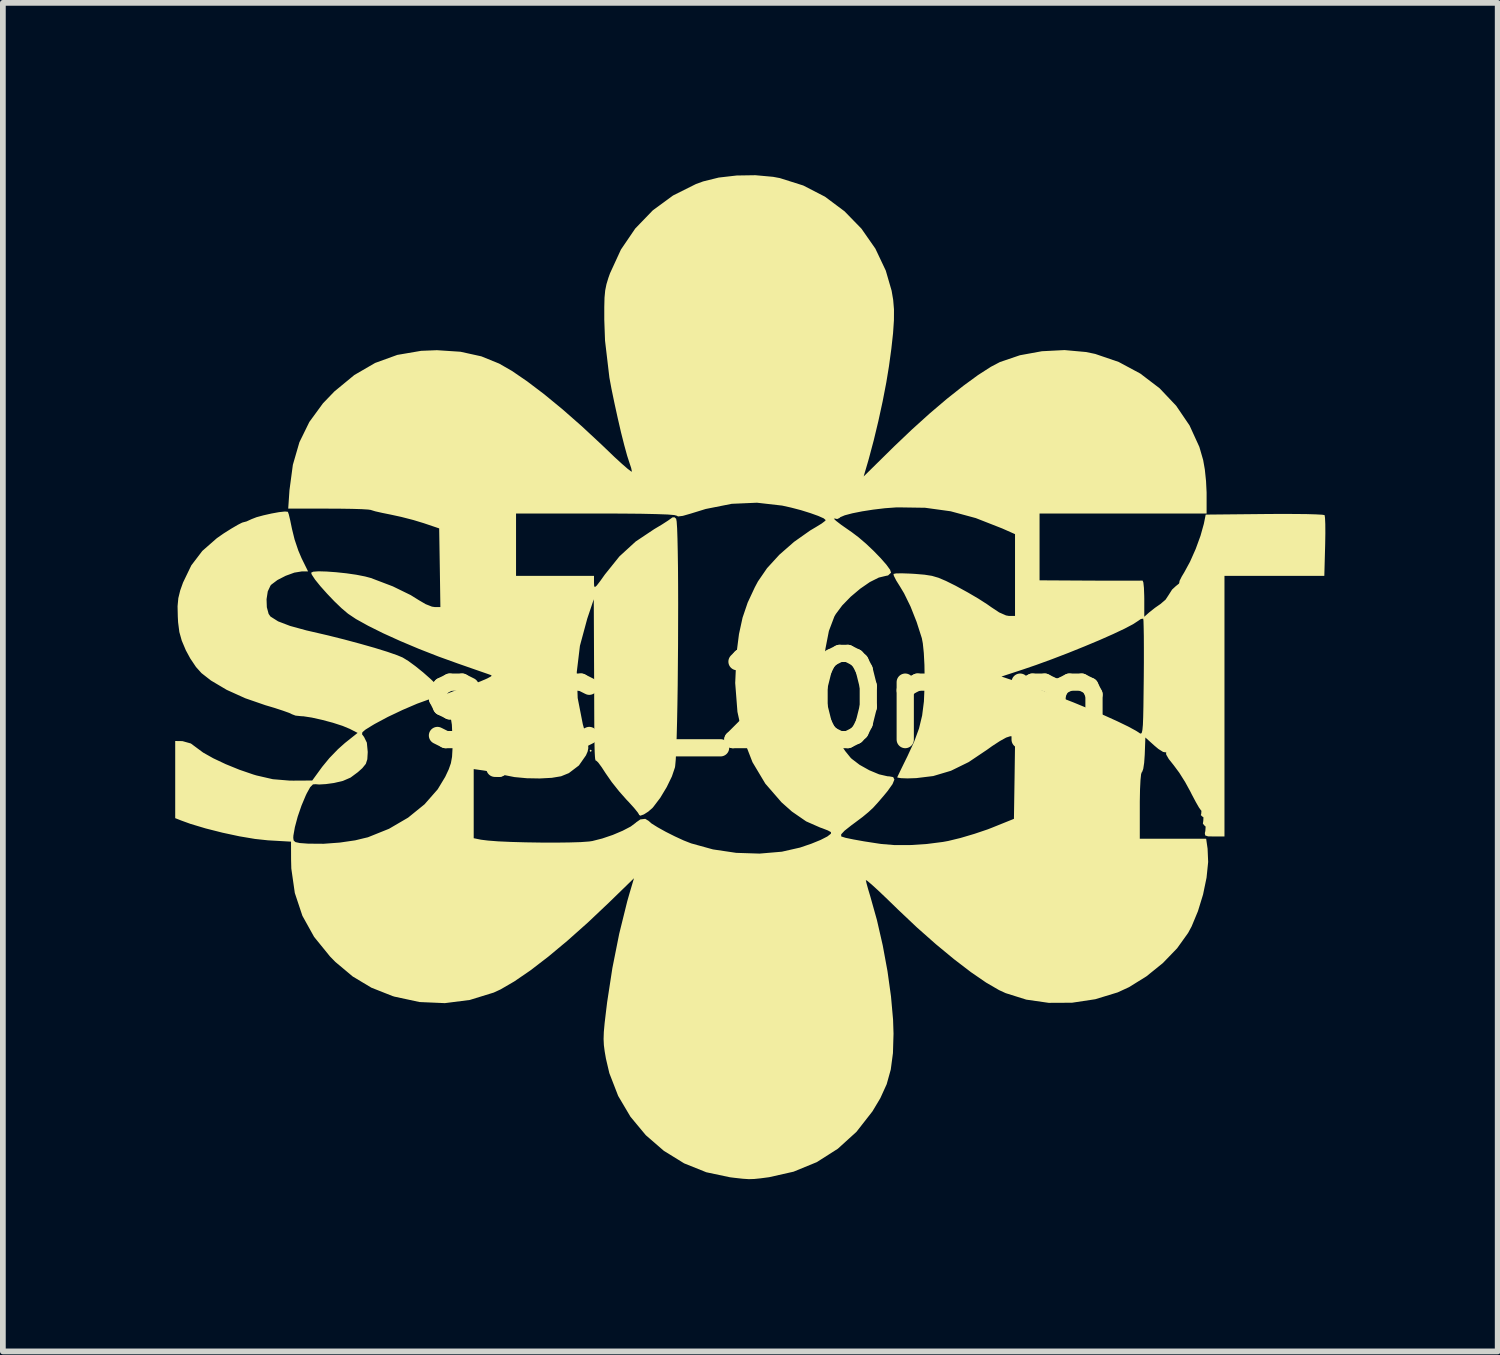
<source format=kicad_pcb>
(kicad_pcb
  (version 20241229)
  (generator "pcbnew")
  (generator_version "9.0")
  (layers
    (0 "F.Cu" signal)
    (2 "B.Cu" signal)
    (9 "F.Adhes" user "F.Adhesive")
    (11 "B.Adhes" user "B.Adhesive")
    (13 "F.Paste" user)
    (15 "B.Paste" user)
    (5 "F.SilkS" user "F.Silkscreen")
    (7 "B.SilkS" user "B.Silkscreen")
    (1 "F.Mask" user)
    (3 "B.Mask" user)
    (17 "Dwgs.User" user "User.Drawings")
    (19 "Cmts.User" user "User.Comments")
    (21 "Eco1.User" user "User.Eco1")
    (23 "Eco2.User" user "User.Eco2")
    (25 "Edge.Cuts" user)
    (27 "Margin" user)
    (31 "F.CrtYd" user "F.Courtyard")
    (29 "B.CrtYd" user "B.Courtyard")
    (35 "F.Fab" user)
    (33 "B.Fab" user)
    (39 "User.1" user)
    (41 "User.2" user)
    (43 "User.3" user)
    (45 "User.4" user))
  (footprint "sjct_20mm"
    (layer "F.Cu")
    (at 10.315 9.146)
    (property "Reference" "sjct_20mm" (at 0 0 0) (layer "F.SilkS") (effects (font (size 1.5 1.5) (thickness 0.3))))
    (attr board_only exclude_from_pos_files exclude_from_bom)
    (fp_poly (pts (xy -3.064 0.873) (xy -3.083 0.892) (xy -3.102 0.873) (xy -3.083 0.853)) (stroke (width 0) (type solid)) (fill yes) (layer "F.SilkS"))
    (fp_poly (pts (xy 0.092 -9.118) (xy 0.21 -9.096) (xy 0.618 -8.967) (xy 0.996 -8.772) (xy 1.336 -8.518) (xy 1.631 -8.215) (xy 1.873 -7.868) (xy 2.054 -7.486) (xy 2.156 -7.135) (xy 2.183 -6.976) (xy 2.197 -6.809) (xy 2.196 -6.621) (xy 2.181 -6.397) (xy 2.151 -6.124) (xy 2.109 -5.817) (xy 2.063 -5.537) (xy 2 -5.211) (xy 1.925 -4.866) (xy 1.844 -4.529) (xy 1.764 -4.229) (xy 1.748 -4.171) (xy 1.669 -3.902) (xy 2.201 -4.426) (xy 2.51 -4.72) (xy 2.819 -4.999) (xy 3.119 -5.254) (xy 3.403 -5.479) (xy 3.66 -5.667) (xy 3.882 -5.81) (xy 4.042 -5.894) (xy 4.389 -6.012) (xy 4.772 -6.082) (xy 5.165 -6.102) (xy 5.542 -6.068) (xy 5.7 -6.035) (xy 6.109 -5.895) (xy 6.485 -5.693) (xy 6.821 -5.437) (xy 7.109 -5.133) (xy 7.342 -4.79) (xy 7.513 -4.416) (xy 7.579 -4.188) (xy 7.608 -4.024) (xy 7.629 -3.822) (xy 7.639 -3.622) (xy 7.639 -3.597) (xy 7.639 -3.257) (xy 6.185 -3.257) (xy 4.731 -3.257) (xy 4.731 -2.676) (xy 4.731 -2.094) (xy 5.613 -2.089) (xy 5.868 -2.088) (xy 6.096 -2.088) (xy 6.286 -2.088) (xy 6.428 -2.088) (xy 6.51 -2.089) (xy 6.525 -2.089) (xy 6.538 -2.056) (xy 6.548 -1.963) (xy 6.553 -1.827) (xy 6.554 -1.777) (xy 6.554 -1.46) (xy 6.641 -1.537) (xy 6.741 -1.616) (xy 6.836 -1.682) (xy 6.924 -1.757) (xy 6.979 -1.84) (xy 7.038 -1.933) (xy 7.103 -1.993) (xy 7.158 -2.037) (xy 7.164 -2.055) (xy 7.168 -2.084) (xy 7.206 -2.16) (xy 7.251 -2.235) (xy 7.35 -2.417) (xy 7.449 -2.64) (xy 7.533 -2.87) (xy 7.59 -3.074) (xy 7.592 -3.083) (xy 7.623 -3.238) (xy 8.647 -3.248) (xy 8.921 -3.25) (xy 9.169 -3.249) (xy 9.381 -3.247) (xy 9.545 -3.242) (xy 9.653 -3.236) (xy 9.693 -3.229) (xy 9.7 -3.181) (xy 9.705 -3.071) (xy 9.706 -2.914) (xy 9.703 -2.726) (xy 9.702 -2.685) (xy 9.688 -2.172) (xy 8.819 -2.172) (xy 7.95 -2.172) (xy 7.95 0.097) (xy 7.95 2.365) (xy 7.771 2.365) (xy 7.663 2.363) (xy 7.615 2.347) (xy 7.608 2.307) (xy 7.617 2.269) (xy 7.622 2.193) (xy 7.599 2.172) (xy 7.574 2.141) (xy 7.581 2.094) (xy 7.584 2.031) (xy 7.562 2.016) (xy 7.538 1.992) (xy 7.545 1.973) (xy 7.549 1.918) (xy 7.538 1.906) (xy 7.506 1.861) (xy 7.451 1.765) (xy 7.382 1.635) (xy 7.356 1.583) (xy 7.265 1.417) (xy 7.163 1.255) (xy 7.068 1.127) (xy 7.057 1.113) (xy 6.98 1.016) (xy 6.936 0.94) (xy 6.933 0.907) (xy 6.938 0.892) (xy 6.926 0.901) (xy 6.881 0.893) (xy 6.8 0.842) (xy 6.732 0.785) (xy 6.573 0.642) (xy 6.562 0.941) (xy 6.552 1.083) (xy 6.536 1.188) (xy 6.518 1.239) (xy 6.513 1.241) (xy 6.499 1.278) (xy 6.488 1.383) (xy 6.48 1.545) (xy 6.476 1.756) (xy 6.476 1.823) (xy 6.476 2.404) (xy 7.053 2.404) (xy 7.631 2.404) (xy 7.656 2.577) (xy 7.666 2.809) (xy 7.638 3.082) (xy 7.577 3.376) (xy 7.488 3.666) (xy 7.378 3.931) (xy 7.317 4.044) (xy 7.126 4.311) (xy 6.877 4.569) (xy 6.591 4.8) (xy 6.288 4.988) (xy 6.091 5.079) (xy 5.701 5.198) (xy 5.296 5.259) (xy 4.89 5.261) (xy 4.5 5.205) (xy 4.141 5.092) (xy 4.026 5.039) (xy 3.802 4.909) (xy 3.537 4.727) (xy 3.242 4.501) (xy 2.925 4.239) (xy 2.596 3.948) (xy 2.266 3.636) (xy 2.22 3.591) (xy 2.059 3.435) (xy 1.919 3.302) (xy 1.808 3.201) (xy 1.734 3.139) (xy 1.707 3.123) (xy 1.707 3.124) (xy 1.718 3.177) (xy 1.747 3.282) (xy 1.785 3.409) (xy 1.9 3.819) (xy 2.001 4.26) (xy 2.084 4.71) (xy 2.145 5.149) (xy 2.181 5.553) (xy 2.189 5.797) (xy 2.179 6.136) (xy 2.141 6.422) (xy 2.07 6.677) (xy 1.959 6.921) (xy 1.822 7.15) (xy 1.544 7.506) (xy 1.219 7.801) (xy 0.853 8.034) (xy 0.449 8.2) (xy 0.024 8.296) (xy -0.127 8.316) (xy -0.236 8.327) (xy -0.329 8.33) (xy -0.435 8.323) (xy -0.579 8.307) (xy -0.659 8.297) (xy -1.07 8.21) (xy -1.456 8.055) (xy -1.809 7.837) (xy -2.123 7.565) (xy -2.39 7.244) (xy -2.604 6.882) (xy -2.758 6.485) (xy -2.817 6.233) (xy -2.839 6.106) (xy -2.853 5.998) (xy -2.858 5.891) (xy -2.854 5.769) (xy -2.84 5.615) (xy -2.816 5.412) (xy -2.796 5.248) (xy -2.705 4.655) (xy -2.586 4.058) (xy -2.446 3.492) (xy -2.408 3.359) (xy -2.329 3.092) (xy -2.764 3.515) (xy -3.132 3.863) (xy -3.487 4.179) (xy -3.823 4.459) (xy -4.133 4.697) (xy -4.412 4.888) (xy -4.651 5.027) (xy -4.77 5.082) (xy -5.188 5.211) (xy -5.621 5.266) (xy -6.061 5.247) (xy -6.498 5.153) (xy -6.534 5.142) (xy -6.9 4.997) (xy -7.224 4.803) (xy -7.527 4.549) (xy -7.62 4.454) (xy -7.897 4.113) (xy -8.101 3.746) (xy -8.233 3.349) (xy -8.294 2.923) (xy -8.298 2.769) (xy -8.299 2.455) (xy -8.7 2.432) (xy -8.925 2.408) (xy -9.198 2.362) (xy -9.492 2.299) (xy -9.784 2.225) (xy -10.048 2.146) (xy -10.208 2.088) (xy -10.315 2.046) (xy -10.315 1.375) (xy -10.315 0.703) (xy -10.189 0.705) (xy -10.043 0.746) (xy -9.947 0.817) (xy -9.828 0.905) (xy -9.652 1.004) (xy -9.436 1.106) (xy -9.198 1.203) (xy -8.956 1.286) (xy -8.903 1.302) (xy -8.616 1.368) (xy -8.328 1.392) (xy -8.26 1.393) (xy -7.93 1.391) (xy -7.756 1.152) (xy -7.631 1) (xy -7.482 0.846) (xy -7.361 0.738) (xy -7.14 0.562) (xy -7.276 0.492) (xy -7.401 0.44) (xy -7.571 0.385) (xy -7.759 0.335) (xy -7.938 0.295) (xy -8.082 0.273) (xy -8.123 0.271) (xy -8.22 0.261) (xy -8.281 0.238) (xy -8.331 0.214) (xy -8.44 0.175) (xy -8.59 0.126) (xy -8.745 0.08) (xy -9.095 -0.041) (xy -9.418 -0.187) (xy -9.693 -0.35) (xy -9.858 -0.479) (xy -9.953 -0.585) (xy -10.053 -0.734) (xy -10.13 -0.876) (xy -10.201 -1.044) (xy -10.243 -1.194) (xy -10.265 -1.365) (xy -10.27 -1.463) (xy -10.274 -1.643) (xy -10.261 -1.783) (xy -10.228 -1.918) (xy -10.179 -2.055) (xy -10.035 -2.354) (xy -9.843 -2.606) (xy -9.591 -2.827) (xy -9.472 -2.91) (xy -9.337 -2.995) (xy -9.224 -3.061) (xy -9.151 -3.098) (xy -9.135 -3.103) (xy -9.074 -3.119) (xy -8.984 -3.16) (xy -8.984 -3.16) (xy -8.899 -3.193) (xy -8.777 -3.226) (xy -8.639 -3.257) (xy -8.507 -3.281) (xy -8.405 -3.292) (xy -8.354 -3.287) (xy -8.354 -3.287) (xy -8.338 -3.242) (xy -8.314 -3.142) (xy -8.286 -3.007) (xy -8.282 -2.988) (xy -8.237 -2.805) (xy -8.172 -2.612) (xy -8.115 -2.478) (xy -8.002 -2.249) (xy -8.113 -2.249) (xy -8.241 -2.228) (xy -8.392 -2.173) (xy -8.536 -2.099) (xy -8.642 -2.019) (xy -8.656 -2.003) (xy -8.704 -1.901) (xy -8.725 -1.765) (xy -8.72 -1.625) (xy -8.689 -1.51) (xy -8.657 -1.464) (xy -8.524 -1.38) (xy -8.315 -1.3) (xy -8.03 -1.222) (xy -7.93 -1.199) (xy -7.654 -1.135) (xy -7.371 -1.064) (xy -7.096 -0.99) (xy -6.842 -0.918) (xy -6.623 -0.85) (xy -6.453 -0.791) (xy -6.357 -0.751) (xy -6.257 -0.69) (xy -6.133 -0.599) (xy -5.999 -0.491) (xy -5.871 -0.378) (xy -5.762 -0.274) (xy -5.688 -0.19) (xy -5.662 -0.142) (xy -5.696 -0.107) (xy -5.785 -0.063) (xy -5.882 -0.027) (xy -6.103 0.053) (xy -6.357 0.162) (xy -6.614 0.284) (xy -6.842 0.406) (xy -6.892 0.436) (xy -7.002 0.504) (xy -7.056 0.549) (xy -7.063 0.585) (xy -7.033 0.626) (xy -7.028 0.632) (xy -6.979 0.732) (xy -6.964 0.89) (xy -6.964 0.903) (xy -6.971 1.021) (xy -6.997 1.101) (xy -7.058 1.176) (xy -7.135 1.245) (xy -7.263 1.34) (xy -7.397 1.398) (xy -7.552 1.434) (xy -7.692 1.453) (xy -7.809 1.46) (xy -7.87 1.455) (xy -7.917 1.458) (xy -7.965 1.506) (xy -8.024 1.612) (xy -8.043 1.652) (xy -8.117 1.828) (xy -8.183 2.02) (xy -8.232 2.203) (xy -8.258 2.35) (xy -8.26 2.39) (xy -8.253 2.436) (xy -8.221 2.463) (xy -8.148 2.479) (xy -8.015 2.489) (xy -7.998 2.49) (xy -7.732 2.492) (xy -7.449 2.471) (xy -7.181 2.432) (xy -7.029 2.395) (xy -5.119 2.395) (xy -4.993 2.421) (xy -4.872 2.436) (xy -4.691 2.45) (xy -4.467 2.46) (xy -4.216 2.467) (xy -3.953 2.471) (xy -3.695 2.472) (xy -3.457 2.469) (xy -3.256 2.463) (xy -3.107 2.452) (xy -3.054 2.444) (xy -2.881 2.4) (xy -2.698 2.338) (xy -2.526 2.265) (xy -2.386 2.192) (xy -2.298 2.126) (xy -2.293 2.12) (xy -2.218 2.068) (xy -2.133 2.058) (xy -2.075 2.093) (xy -2.023 2.139) (xy -1.917 2.205) (xy -1.777 2.283) (xy -1.62 2.362) (xy -1.464 2.434) (xy -1.334 2.485) (xy -0.954 2.59) (xy -0.55 2.65) (xy -0.143 2.663) (xy 0.245 2.63) (xy 0.562 2.558) (xy 0.758 2.491) (xy 0.92 2.425) (xy 1.037 2.365) (xy 1.099 2.317) (xy 1.1 2.289) (xy 1.044 2.259) (xy 0.946 2.221) (xy 0.911 2.209) (xy 0.668 2.102) (xy 0.42 1.931) (xy 0.239 1.77) (xy -0.043 1.445) (xy -0.266 1.072) (xy -0.428 0.655) (xy -0.528 0.195) (xy -0.567 -0.306) (xy -0.557 -0.531) (xy 0.977 -0.531) (xy 0.981 -0.233) (xy 0.991 -0.028) (xy 1.003 0.121) (xy 1.022 0.236) (xy 1.052 0.337) (xy 1.099 0.447) (xy 1.156 0.562) (xy 1.246 0.724) (xy 1.347 0.877) (xy 1.44 0.992) (xy 1.46 1.012) (xy 1.599 1.118) (xy 1.767 1.212) (xy 1.937 1.283) (xy 2.084 1.317) (xy 2.111 1.318) (xy 2.183 1.331) (xy 2.204 1.374) (xy 2.172 1.453) (xy 2.085 1.575) (xy 2.02 1.654) (xy 1.917 1.774) (xy 1.835 1.864) (xy 1.752 1.941) (xy 1.652 2.024) (xy 1.513 2.128) (xy 1.456 2.17) (xy 1.336 2.265) (xy 1.278 2.327) (xy 1.278 2.362) (xy 1.284 2.366) (xy 1.353 2.388) (xy 1.488 2.416) (xy 1.677 2.45) (xy 1.91 2.486) (xy 1.978 2.496) (xy 2.209 2.515) (xy 2.484 2.514) (xy 2.774 2.495) (xy 3.048 2.46) (xy 3.141 2.443) (xy 3.355 2.391) (xy 3.598 2.319) (xy 3.829 2.241) (xy 3.903 2.212) (xy 4.285 2.058) (xy 4.296 1.339) (xy 4.306 0.62) (xy 4.218 0.621) (xy 4.15 0.643) (xy 4.04 0.704) (xy 3.905 0.792) (xy 3.82 0.853) (xy 3.497 1.07) (xy 3.189 1.221) (xy 2.88 1.313) (xy 2.584 1.349) (xy 2.432 1.354) (xy 2.319 1.35) (xy 2.259 1.34) (xy 2.254 1.333) (xy 2.277 1.285) (xy 2.325 1.185) (xy 2.391 1.05) (xy 2.431 0.969) (xy 2.549 0.713) (xy 2.633 0.484) (xy 2.687 0.26) (xy 2.718 0.015) (xy 2.73 -0.273) (xy 2.73 -0.388) (xy 2.73 -0.419) (xy 4.068 -0.419) (xy 4.512 -0.27) (xy 4.767 -0.181) (xy 5.041 -0.078) (xy 5.323 0.032) (xy 5.599 0.146) (xy 5.859 0.257) (xy 6.088 0.361) (xy 6.276 0.452) (xy 6.41 0.525) (xy 6.457 0.555) (xy 6.48 0.571) (xy 6.498 0.574) (xy 6.512 0.555) (xy 6.522 0.507) (xy 6.53 0.42) (xy 6.535 0.287) (xy 6.539 0.099) (xy 6.542 -0.151) (xy 6.545 -0.397) (xy 6.547 -0.669) (xy 6.547 -0.915) (xy 6.546 -1.124) (xy 6.543 -1.286) (xy 6.54 -1.391) (xy 6.535 -1.427) (xy 6.495 -1.421) (xy 6.447 -1.388) (xy 6.36 -1.331) (xy 6.212 -1.253) (xy 6.013 -1.159) (xy 5.776 -1.054) (xy 5.511 -0.943) (xy 5.231 -0.83) (xy 4.947 -0.721) (xy 4.67 -0.62) (xy 4.448 -0.544) (xy 4.068 -0.419) (xy 2.73 -0.419) (xy 2.727 -0.622) (xy 2.716 -0.831) (xy 2.699 -0.996) (xy 2.682 -1.086) (xy 2.591 -1.37) (xy 2.485 -1.638) (xy 2.373 -1.867) (xy 2.303 -1.984) (xy 2.236 -2.091) (xy 2.195 -2.172) (xy 2.188 -2.205) (xy 2.231 -2.214) (xy 2.334 -2.216) (xy 2.477 -2.211) (xy 2.563 -2.206) (xy 2.729 -2.192) (xy 2.857 -2.172) (xy 2.973 -2.138) (xy 3.102 -2.083) (xy 3.269 -2) (xy 3.302 -1.982) (xy 3.484 -1.882) (xy 3.665 -1.776) (xy 3.819 -1.677) (xy 3.887 -1.629) (xy 4.027 -1.536) (xy 4.147 -1.483) (xy 4.198 -1.474) (xy 4.304 -1.474) (xy 4.304 -2.186) (xy 4.304 -2.898) (xy 4.081 -2.997) (xy 3.622 -3.177) (xy 3.183 -3.296) (xy 2.74 -3.357) (xy 2.275 -3.364) (xy 2.23 -3.363) (xy 2.038 -3.349) (xy 1.837 -3.325) (xy 1.644 -3.295) (xy 1.473 -3.261) (xy 1.34 -3.226) (xy 1.262 -3.193) (xy 1.248 -3.179) (xy 1.208 -3.161) (xy 1.171 -3.169) (xy 1.15 -3.167) (xy 1.189 -3.129) (xy 1.28 -3.059) (xy 1.419 -2.962) (xy 1.461 -2.933) (xy 1.579 -2.844) (xy 1.711 -2.731) (xy 1.844 -2.605) (xy 1.966 -2.479) (xy 2.065 -2.366) (xy 2.129 -2.278) (xy 2.146 -2.227) (xy 2.094 -2.179) (xy 2.058 -2.172) (xy 1.933 -2.142) (xy 1.777 -2.064) (xy 1.609 -1.948) (xy 1.443 -1.808) (xy 1.296 -1.657) (xy 1.184 -1.507) (xy 1.159 -1.464) (xy 1.064 -1.213) (xy 1.003 -0.9) (xy 0.977 -0.531) (xy -0.557 -0.531) (xy -0.544 -0.824) (xy -0.501 -1.159) (xy -0.439 -1.444) (xy -0.35 -1.706) (xy -0.226 -1.972) (xy -0.171 -2.075) (xy -0.013 -2.305) (xy 0.202 -2.54) (xy 0.458 -2.764) (xy 0.737 -2.961) (xy 0.843 -3.024) (xy 0.939 -3.083) (xy 0.999 -3.129) (xy 1.008 -3.143) (xy 0.973 -3.173) (xy 0.879 -3.215) (xy 0.742 -3.264) (xy 0.579 -3.315) (xy 0.407 -3.36) (xy 0.25 -3.395) (xy -0.188 -3.445) (xy -0.627 -3.426) (xy -1.08 -3.336) (xy -1.343 -3.255) (xy -1.479 -3.216) (xy -1.562 -3.206) (xy -1.583 -3.218) (xy -1.626 -3.23) (xy -1.746 -3.24) (xy -1.942 -3.247) (xy -2.213 -3.253) (xy -2.559 -3.256) (xy -2.98 -3.257) (xy -2.989 -3.257) (xy -4.382 -3.257) (xy -4.382 -2.715) (xy -4.382 -2.172) (xy -3.703 -2.172) (xy -3.025 -2.172) (xy -3.025 -2.049) (xy -3.022 -1.993) (xy -3.009 -1.976) (xy -2.977 -2.003) (xy -2.917 -2.081) (xy -2.836 -2.195) (xy -2.582 -2.511) (xy -2.299 -2.77) (xy -1.977 -2.985) (xy -1.843 -3.065) (xy -1.736 -3.134) (xy -1.673 -3.179) (xy -1.664 -3.188) (xy -1.625 -3.192) (xy -1.595 -3.166) (xy -1.586 -3.117) (xy -1.578 -2.999) (xy -1.572 -2.821) (xy -1.567 -2.591) (xy -1.563 -2.318) (xy -1.561 -2.011) (xy -1.56 -1.679) (xy -1.561 -1.33) (xy -1.562 -0.972) (xy -1.565 -0.616) (xy -1.568 -0.268) (xy -1.573 0.062) (xy -1.579 0.365) (xy -1.586 0.633) (xy -1.594 0.856) (xy -1.602 1.028) (xy -1.612 1.138) (xy -1.616 1.163) (xy -1.669 1.32) (xy -1.759 1.505) (xy -1.871 1.691) (xy -1.99 1.848) (xy -2.007 1.868) (xy -2.08 1.932) (xy -2.157 1.981) (xy -2.218 2.003) (xy -2.242 1.988) (xy -2.241 1.983) (xy -2.264 1.946) (xy -2.328 1.867) (xy -2.422 1.763) (xy -2.458 1.726) (xy -2.587 1.58) (xy -2.716 1.418) (xy -2.816 1.274) (xy -2.819 1.27) (xy -2.892 1.158) (xy -2.951 1.078) (xy -2.983 1.047) (xy -2.983 1.047) (xy -2.992 1.046) (xy -2.999 1.037) (xy -3.005 1.013) (xy -3.009 0.967) (xy -3.013 0.892) (xy -3.016 0.78) (xy -3.018 0.625) (xy -3.02 0.418) (xy -3.021 0.154) (xy -3.022 -0.176) (xy -3.023 -0.446) (xy -3.029 -1.764) (xy -3.142 -1.428) (xy -3.27 -0.954) (xy -3.325 -0.496) (xy -3.309 -0.045) (xy -3.22 0.41) (xy -3.201 0.478) (xy -3.155 0.641) (xy -3.129 0.75) (xy -3.124 0.826) (xy -3.136 0.887) (xy -3.165 0.953) (xy -3.288 1.129) (xy -3.463 1.262) (xy -3.598 1.317) (xy -3.76 1.344) (xy -3.969 1.355) (xy -4.195 1.351) (xy -4.409 1.331) (xy -4.577 1.298) (xy -4.732 1.258) (xy -4.888 1.226) (xy -4.954 1.215) (xy -5.119 1.192) (xy -5.119 1.794) (xy -5.119 2.395) (xy -7.029 2.395) (xy -6.961 2.379) (xy -6.593 2.231) (xy -6.261 2.037) (xy -5.975 1.805) (xy -5.746 1.544) (xy -5.615 1.327) (xy -5.554 1.197) (xy -5.516 1.089) (xy -5.496 0.978) (xy -5.488 0.836) (xy -5.487 0.699) (xy -5.499 0.42) (xy -5.534 0.2) (xy -5.557 0.122) (xy -5.592 0.005) (xy -5.608 -0.08) (xy -5.605 -0.108) (xy -5.562 -0.129) (xy -5.461 -0.168) (xy -5.318 -0.221) (xy -5.167 -0.274) (xy -5.004 -0.334) (xy -4.883 -0.386) (xy -4.815 -0.423) (xy -4.809 -0.441) (xy -4.865 -0.461) (xy -4.98 -0.501) (xy -5.138 -0.556) (xy -5.324 -0.621) (xy -5.39 -0.644) (xy -5.731 -0.767) (xy -6.071 -0.9) (xy -6.396 -1.037) (xy -6.696 -1.173) (xy -6.957 -1.303) (xy -7.168 -1.42) (xy -7.307 -1.513) (xy -7.418 -1.607) (xy -7.543 -1.727) (xy -7.67 -1.86) (xy -7.787 -1.991) (xy -7.88 -2.106) (xy -7.937 -2.192) (xy -7.949 -2.226) (xy -7.914 -2.244) (xy -7.819 -2.251) (xy -7.68 -2.247) (xy -7.513 -2.235) (xy -7.334 -2.216) (xy -7.161 -2.191) (xy -7.009 -2.161) (xy -6.908 -2.134) (xy -6.527 -1.989) (xy -6.216 -1.837) (xy -6.073 -1.748) (xy -5.955 -1.679) (xy -5.846 -1.636) (xy -5.799 -1.629) (xy -5.699 -1.629) (xy -5.709 -2.313) (xy -5.72 -2.998) (xy -5.989 -3.089) (xy -6.17 -3.144) (xy -6.38 -3.198) (xy -6.564 -3.238) (xy -6.712 -3.268) (xy -6.832 -3.295) (xy -6.901 -3.316) (xy -6.908 -3.319) (xy -6.957 -3.326) (xy -7.071 -3.333) (xy -7.236 -3.338) (xy -7.439 -3.341) (xy -7.647 -3.342) (xy -8.348 -3.342) (xy -8.326 -3.664) (xy -8.267 -4.105) (xy -8.153 -4.498) (xy -7.98 -4.851) (xy -7.744 -5.174) (xy -7.544 -5.382) (xy -7.197 -5.668) (xy -6.835 -5.878) (xy -6.449 -6.018) (xy -6.034 -6.089) (xy -5.759 -6.1) (xy -5.349 -6.073) (xy -4.986 -5.993) (xy -4.676 -5.867) (xy -4.453 -5.739) (xy -4.19 -5.559) (xy -3.893 -5.334) (xy -3.572 -5.07) (xy -3.235 -4.774) (xy -2.891 -4.454) (xy -2.821 -4.387) (xy -2.67 -4.242) (xy -2.539 -4.122) (xy -2.44 -4.036) (xy -2.379 -3.99) (xy -2.365 -3.986) (xy -2.378 -4.05) (xy -2.407 -4.137) (xy -2.447 -4.26) (xy -2.497 -4.442) (xy -2.554 -4.667) (xy -2.612 -4.918) (xy -2.669 -5.178) (xy -2.721 -5.429) (xy -2.757 -5.623) (xy -2.833 -6.267) (xy -2.846 -6.631) (xy -2.846 -6.851) (xy -2.842 -7.014) (xy -2.83 -7.14) (xy -2.808 -7.249) (xy -2.774 -7.361) (xy -2.746 -7.439) (xy -2.556 -7.852) (xy -2.307 -8.218) (xy -2.002 -8.534) (xy -1.649 -8.793) (xy -1.251 -8.992) (xy -1.125 -9.038) (xy -0.854 -9.105) (xy -0.541 -9.141) (xy -0.216 -9.146)) (stroke (width 0) (type solid)) (fill yes) (layer "F.SilkS")))
  (gr_rect
    (start -3 -3)
    (end 23.021 20.475)
    (stroke (width 0.1) (type default))
    (fill no)
    (layer "Edge.Cuts")))
</source>
